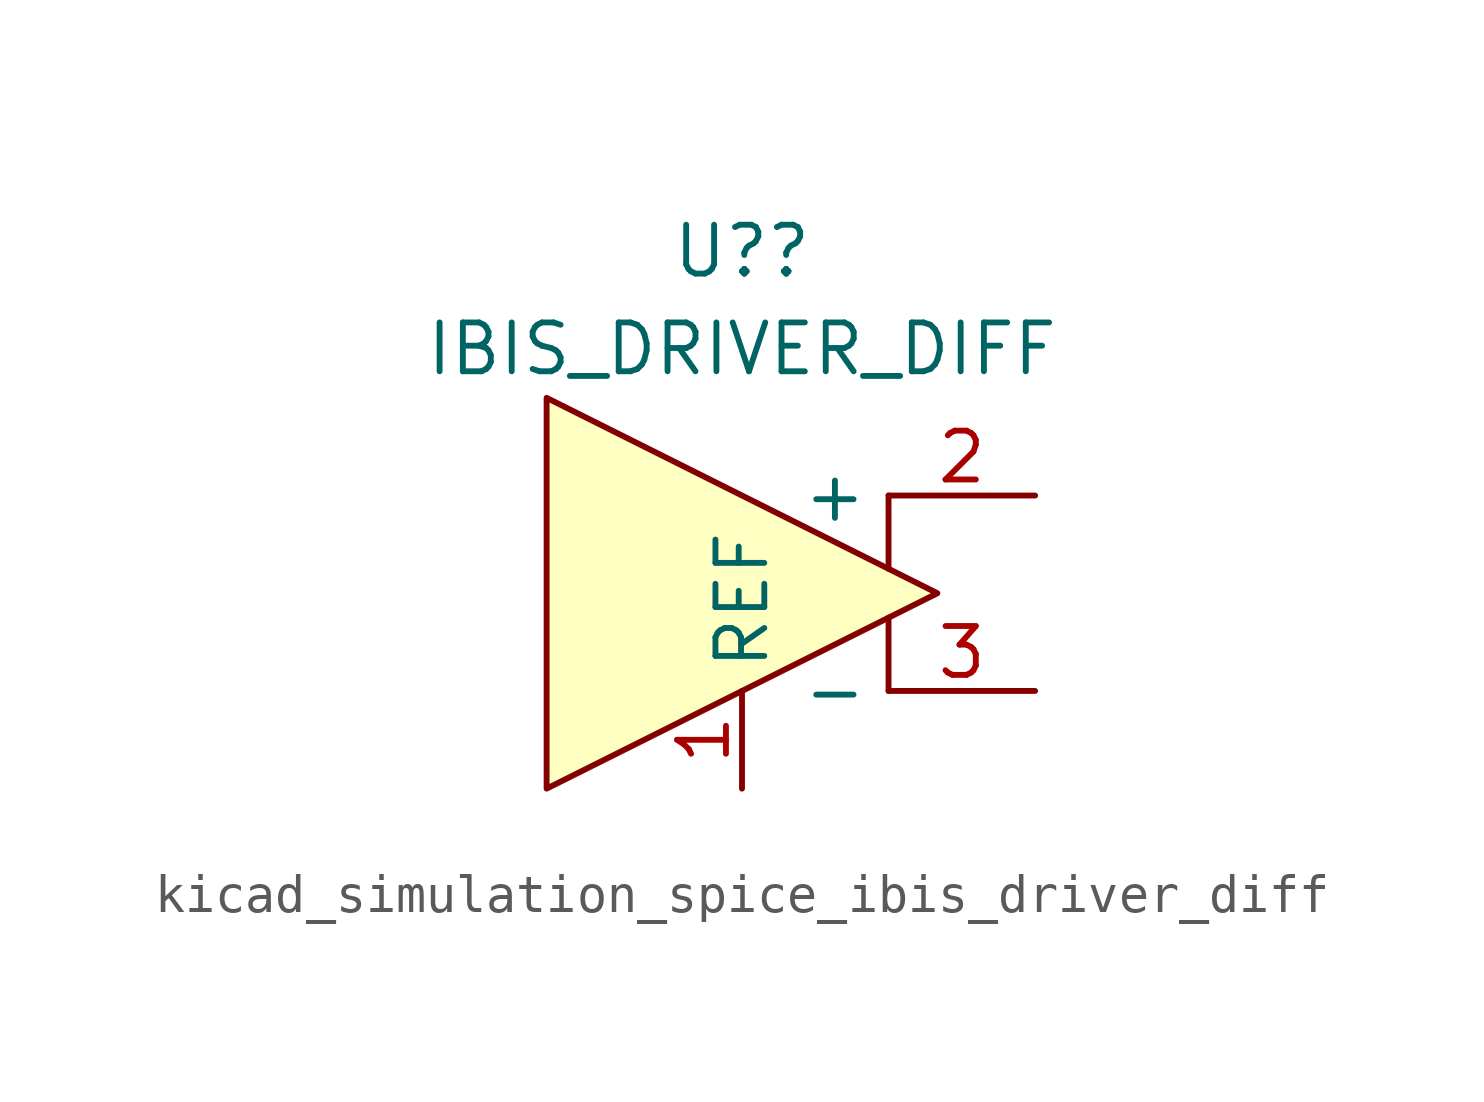
<source format=kicad_sym>
(kicad_symbol_lib
  (version 20220914)
  (generator kicad_symbol_editor)
  (symbol "kicad_simulation_spice_ibis_driver_diff"
    (property "Reference" "U?"
      (at 0 8.89 0)
      (effects (font (size 1.27 1.27))))
    (property "Value" "IBIS_DRIVER_DIFF"
      (at 0 6.35 0)
      (effects (font (size 1.27 1.27))))
    (symbol "kicad_simulation_spice_ibis_driver_diff_0_1"
      (polyline (pts (xy 3.81 -2.54) (xy 3.81 -0.635)) (stroke (width 0) (type default)) (fill (type none)))
      (polyline (pts (xy 3.81 2.54) (xy 3.81 0.635)) (stroke (width 0) (type default)) (fill (type none)))
      (polyline (pts (xy 5.08 0) (xy -5.08 5.08) (xy -5.08 -5.08) (xy 5.08 0)) (stroke (width 0) (type default)) (fill (type background))))
    (symbol "kicad_simulation_spice_ibis_driver_diff_1_1"
      (pin power_in line (at 0 -5.08 90) (length 2.54) (name "REF" (effects (font (size 1.27 1.27)))) (number "1" (effects (font (size 1.27 1.27)))))
      (pin bidirectional line (at 7.62 2.54 180) (length 3.81) (name "+" (effects (font (size 1.27 1.27)))) (number "2" (effects (font (size 1.27 1.27)))))
      (pin bidirectional line (at 7.62 -2.54 180) (length 3.81) (name "-" (effects (font (size 1.27 1.27)))) (number "3" (effects (font (size 1.27 1.27))))))))
</source>
